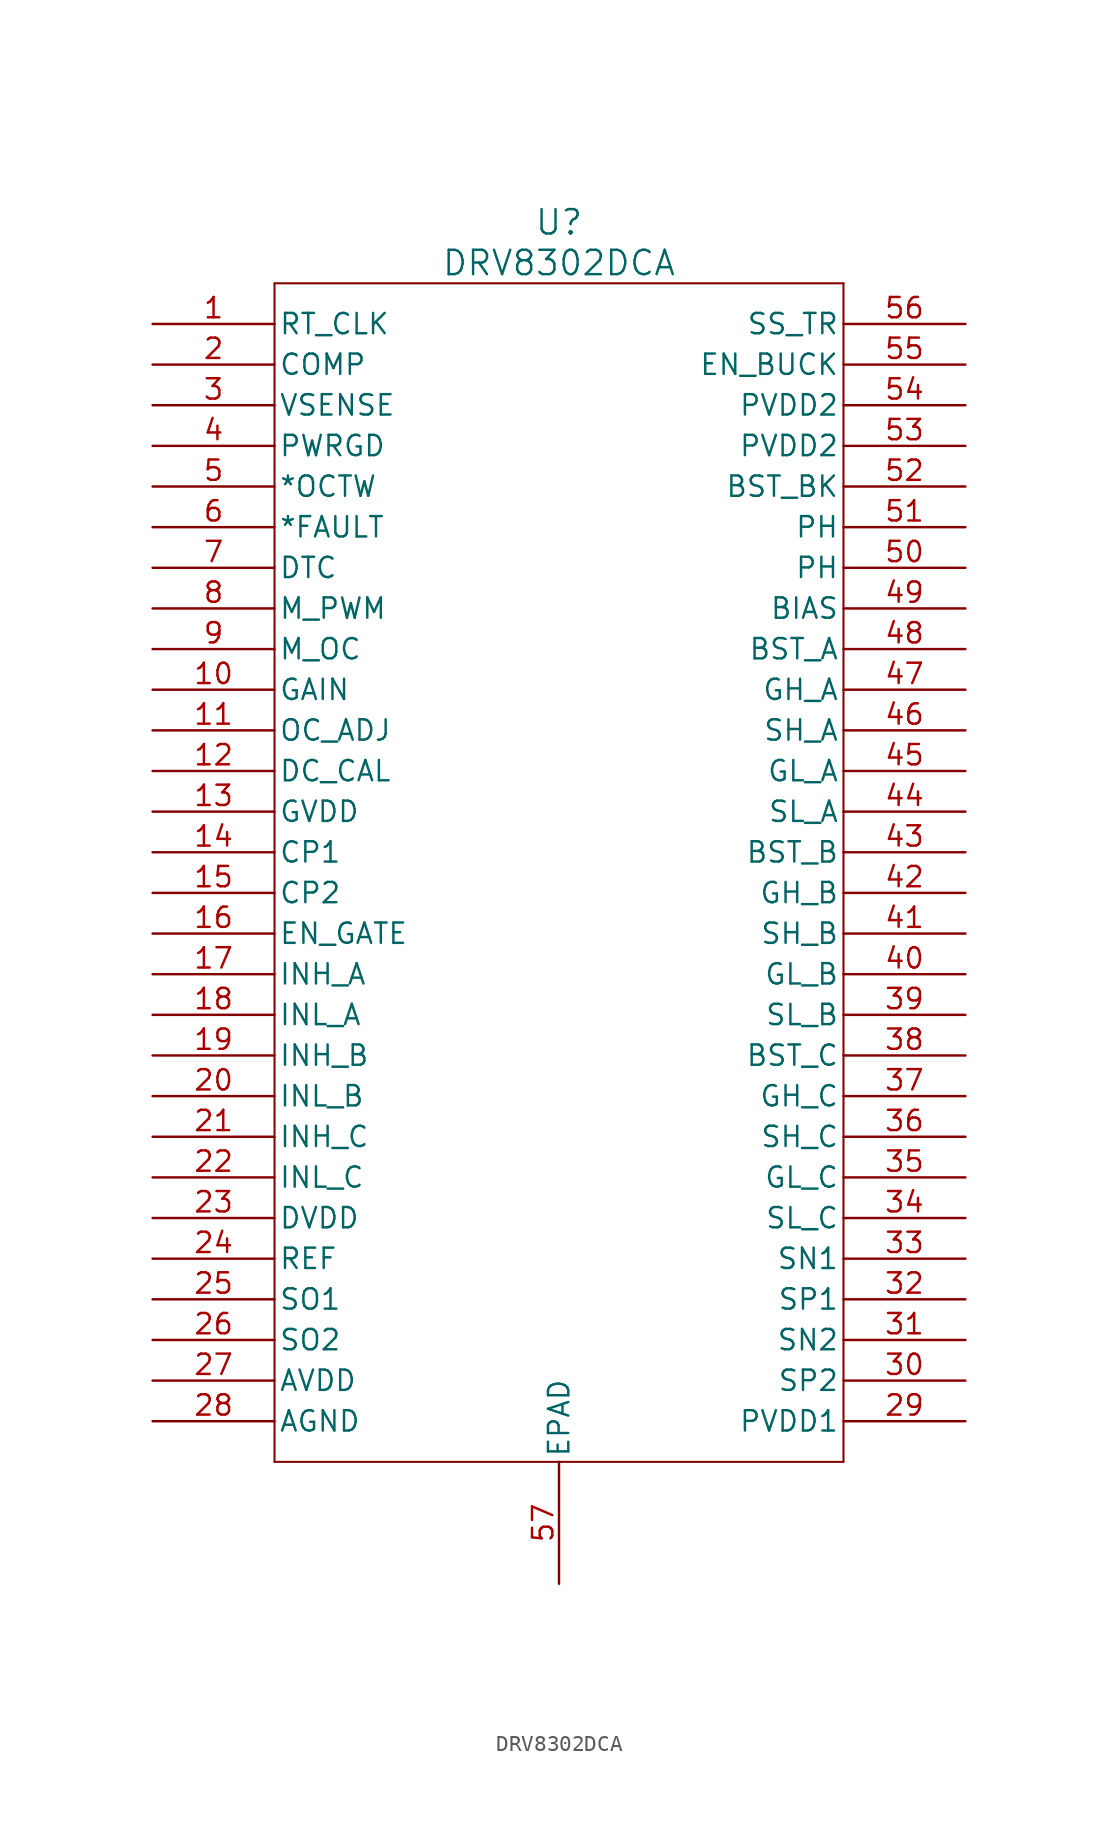
<source format=kicad_sym>
(kicad_symbol_lib
  (version 20241209)
  (generator "kicad_symbol_editor")
  (generator_version "9.0")
  (symbol "DRV8302DCA"
    (pin_names
      (offset 0.254))
    (property "Reference" "U"
      (at 25.4 6.35 0)
      (effects (font (size 1.524 1.524))))
    (property "Value" "DRV8302DCA"
      (at 25.4 3.81 0)
      (effects (font (size 1.524 1.524))))
    (property "ki_locked" ""
      (at 0 0 0)
      (effects (font (size 1.27 1.27))))
    (symbol "DRV8302DCA_0_1"
      (polyline (pts (xy 7.62 2.54) (xy 7.62 -71.12)) (stroke (width 0.127) (type default)) (fill (type none)))
      (polyline (pts (xy 7.62 -71.12) (xy 43.18 -71.12)) (stroke (width 0.127) (type default)) (fill (type none)))
      (polyline (pts (xy 43.18 2.54) (xy 7.62 2.54)) (stroke (width 0.127) (type default)) (fill (type none)))
      (polyline (pts (xy 43.18 -71.12) (xy 43.18 2.54)) (stroke (width 0.127) (type default)) (fill (type none)))
      (pin input line (at 0 0 0) (length 7.62) (name "RT_CLK" (effects (font (size 1.27 1.27)))) (number "1" (effects (font (size 1.27 1.27)))))
      (pin output line (at 0 -2.54 0) (length 7.62) (name "COMP" (effects (font (size 1.27 1.27)))) (number "2" (effects (font (size 1.27 1.27)))))
      (pin input line (at 0 -5.08 0) (length 7.62) (name "VSENSE" (effects (font (size 1.27 1.27)))) (number "3" (effects (font (size 1.27 1.27)))))
      (pin input line (at 0 -7.62 0) (length 7.62) (name "PWRGD" (effects (font (size 1.27 1.27)))) (number "4" (effects (font (size 1.27 1.27)))))
      (pin output line (at 0 -10.16 0) (length 7.62) (name "*OCTW" (effects (font (size 1.27 1.27)))) (number "5" (effects (font (size 1.27 1.27)))))
      (pin output line (at 0 -12.7 0) (length 7.62) (name "*FAULT" (effects (font (size 1.27 1.27)))) (number "6" (effects (font (size 1.27 1.27)))))
      (pin input line (at 0 -15.24 0) (length 7.62) (name "DTC" (effects (font (size 1.27 1.27)))) (number "7" (effects (font (size 1.27 1.27)))))
      (pin input line (at 0 -17.78 0) (length 7.62) (name "M_PWM" (effects (font (size 1.27 1.27)))) (number "8" (effects (font (size 1.27 1.27)))))
      (pin input line (at 0 -20.32 0) (length 7.62) (name "M_OC" (effects (font (size 1.27 1.27)))) (number "9" (effects (font (size 1.27 1.27)))))
      (pin output line (at 0 -22.86 0) (length 7.62) (name "GAIN" (effects (font (size 1.27 1.27)))) (number "10" (effects (font (size 1.27 1.27)))))
      (pin input line (at 0 -25.4 0) (length 7.62) (name "OC_ADJ" (effects (font (size 1.27 1.27)))) (number "11" (effects (font (size 1.27 1.27)))))
      (pin input line (at 0 -27.94 0) (length 7.62) (name "DC_CAL" (effects (font (size 1.27 1.27)))) (number "12" (effects (font (size 1.27 1.27)))))
      (pin power_in line (at 0 -30.48 0) (length 7.62) (name "GVDD" (effects (font (size 1.27 1.27)))) (number "13" (effects (font (size 1.27 1.27)))))
      (pin power_in line (at 0 -33.02 0) (length 7.62) (name "CP1" (effects (font (size 1.27 1.27)))) (number "14" (effects (font (size 1.27 1.27)))))
      (pin power_in line (at 0 -35.56 0) (length 7.62) (name "CP2" (effects (font (size 1.27 1.27)))) (number "15" (effects (font (size 1.27 1.27)))))
      (pin input line (at 0 -38.1 0) (length 7.62) (name "EN_GATE" (effects (font (size 1.27 1.27)))) (number "16" (effects (font (size 1.27 1.27)))))
      (pin input line (at 0 -40.64 0) (length 7.62) (name "INH_A" (effects (font (size 1.27 1.27)))) (number "17" (effects (font (size 1.27 1.27)))))
      (pin input line (at 0 -43.18 0) (length 7.62) (name "INL_A" (effects (font (size 1.27 1.27)))) (number "18" (effects (font (size 1.27 1.27)))))
      (pin input line (at 0 -45.72 0) (length 7.62) (name "INH_B" (effects (font (size 1.27 1.27)))) (number "19" (effects (font (size 1.27 1.27)))))
      (pin input line (at 0 -48.26 0) (length 7.62) (name "INL_B" (effects (font (size 1.27 1.27)))) (number "20" (effects (font (size 1.27 1.27)))))
      (pin input line (at 0 -50.8 0) (length 7.62) (name "INH_C" (effects (font (size 1.27 1.27)))) (number "21" (effects (font (size 1.27 1.27)))))
      (pin input line (at 0 -53.34 0) (length 7.62) (name "INL_C" (effects (font (size 1.27 1.27)))) (number "22" (effects (font (size 1.27 1.27)))))
      (pin power_in line (at 0 -55.88 0) (length 7.62) (name "DVDD" (effects (font (size 1.27 1.27)))) (number "23" (effects (font (size 1.27 1.27)))))
      (pin input line (at 0 -58.42 0) (length 7.62) (name "REF" (effects (font (size 1.27 1.27)))) (number "24" (effects (font (size 1.27 1.27)))))
      (pin output line (at 0 -60.96 0) (length 7.62) (name "SO1" (effects (font (size 1.27 1.27)))) (number "25" (effects (font (size 1.27 1.27)))))
      (pin output line (at 0 -63.5 0) (length 7.62) (name "SO2" (effects (font (size 1.27 1.27)))) (number "26" (effects (font (size 1.27 1.27)))))
      (pin power_in line (at 0 -66.04 0) (length 7.62) (name "AVDD" (effects (font (size 1.27 1.27)))) (number "27" (effects (font (size 1.27 1.27)))))
      (pin power_in line (at 0 -68.58 0) (length 7.62) (name "AGND" (effects (font (size 1.27 1.27)))) (number "28" (effects (font (size 1.27 1.27)))))
      (pin unspecified line (at 25.4 -78.74 90) (length 7.62) (name "EPAD" (effects (font (size 1.27 1.27)))) (number "57" (effects (font (size 1.27 1.27)))))
      (pin input line (at 50.8 0 180) (length 7.62) (name "SS_TR" (effects (font (size 1.27 1.27)))) (number "56" (effects (font (size 1.27 1.27)))))
      (pin input line (at 50.8 -2.54 180) (length 7.62) (name "EN_BUCK" (effects (font (size 1.27 1.27)))) (number "55" (effects (font (size 1.27 1.27)))))
      (pin power_in line (at 50.8 -5.08 180) (length 7.62) (name "PVDD2" (effects (font (size 1.27 1.27)))) (number "54" (effects (font (size 1.27 1.27)))))
      (pin power_in line (at 50.8 -7.62 180) (length 7.62) (name "PVDD2" (effects (font (size 1.27 1.27)))) (number "53" (effects (font (size 1.27 1.27)))))
      (pin power_in line (at 50.8 -10.16 180) (length 7.62) (name "BST_BK" (effects (font (size 1.27 1.27)))) (number "52" (effects (font (size 1.27 1.27)))))
      (pin output line (at 50.8 -12.7 180) (length 7.62) (name "PH" (effects (font (size 1.27 1.27)))) (number "51" (effects (font (size 1.27 1.27)))))
      (pin output line (at 50.8 -15.24 180) (length 7.62) (name "PH" (effects (font (size 1.27 1.27)))) (number "50" (effects (font (size 1.27 1.27)))))
      (pin input line (at 50.8 -17.78 180) (length 7.62) (name "BIAS" (effects (font (size 1.27 1.27)))) (number "49" (effects (font (size 1.27 1.27)))))
      (pin power_in line (at 50.8 -20.32 180) (length 7.62) (name "BST_A" (effects (font (size 1.27 1.27)))) (number "48" (effects (font (size 1.27 1.27)))))
      (pin output line (at 50.8 -22.86 180) (length 7.62) (name "GH_A" (effects (font (size 1.27 1.27)))) (number "47" (effects (font (size 1.27 1.27)))))
      (pin input line (at 50.8 -25.4 180) (length 7.62) (name "SH_A" (effects (font (size 1.27 1.27)))) (number "46" (effects (font (size 1.27 1.27)))))
      (pin output line (at 50.8 -27.94 180) (length 7.62) (name "GL_A" (effects (font (size 1.27 1.27)))) (number "45" (effects (font (size 1.27 1.27)))))
      (pin input line (at 50.8 -30.48 180) (length 7.62) (name "SL_A" (effects (font (size 1.27 1.27)))) (number "44" (effects (font (size 1.27 1.27)))))
      (pin power_in line (at 50.8 -33.02 180) (length 7.62) (name "BST_B" (effects (font (size 1.27 1.27)))) (number "43" (effects (font (size 1.27 1.27)))))
      (pin output line (at 50.8 -35.56 180) (length 7.62) (name "GH_B" (effects (font (size 1.27 1.27)))) (number "42" (effects (font (size 1.27 1.27)))))
      (pin input line (at 50.8 -38.1 180) (length 7.62) (name "SH_B" (effects (font (size 1.27 1.27)))) (number "41" (effects (font (size 1.27 1.27)))))
      (pin output line (at 50.8 -40.64 180) (length 7.62) (name "GL_B" (effects (font (size 1.27 1.27)))) (number "40" (effects (font (size 1.27 1.27)))))
      (pin input line (at 50.8 -43.18 180) (length 7.62) (name "SL_B" (effects (font (size 1.27 1.27)))) (number "39" (effects (font (size 1.27 1.27)))))
      (pin power_in line (at 50.8 -45.72 180) (length 7.62) (name "BST_C" (effects (font (size 1.27 1.27)))) (number "38" (effects (font (size 1.27 1.27)))))
      (pin output line (at 50.8 -48.26 180) (length 7.62) (name "GH_C" (effects (font (size 1.27 1.27)))) (number "37" (effects (font (size 1.27 1.27)))))
      (pin input line (at 50.8 -50.8 180) (length 7.62) (name "SH_C" (effects (font (size 1.27 1.27)))) (number "36" (effects (font (size 1.27 1.27)))))
      (pin output line (at 50.8 -53.34 180) (length 7.62) (name "GL_C" (effects (font (size 1.27 1.27)))) (number "35" (effects (font (size 1.27 1.27)))))
      (pin input line (at 50.8 -55.88 180) (length 7.62) (name "SL_C" (effects (font (size 1.27 1.27)))) (number "34" (effects (font (size 1.27 1.27)))))
      (pin input line (at 50.8 -58.42 180) (length 7.62) (name "SN1" (effects (font (size 1.27 1.27)))) (number "33" (effects (font (size 1.27 1.27)))))
      (pin input line (at 50.8 -60.96 180) (length 7.62) (name "SP1" (effects (font (size 1.27 1.27)))) (number "32" (effects (font (size 1.27 1.27)))))
      (pin input line (at 50.8 -63.5 180) (length 7.62) (name "SN2" (effects (font (size 1.27 1.27)))) (number "31" (effects (font (size 1.27 1.27)))))
      (pin input line (at 50.8 -66.04 180) (length 7.62) (name "SP2" (effects (font (size 1.27 1.27)))) (number "30" (effects (font (size 1.27 1.27)))))
      (pin power_in line (at 50.8 -68.58 180) (length 7.62) (name "PVDD1" (effects (font (size 1.27 1.27)))) (number "29" (effects (font (size 1.27 1.27))))))))
</source>
